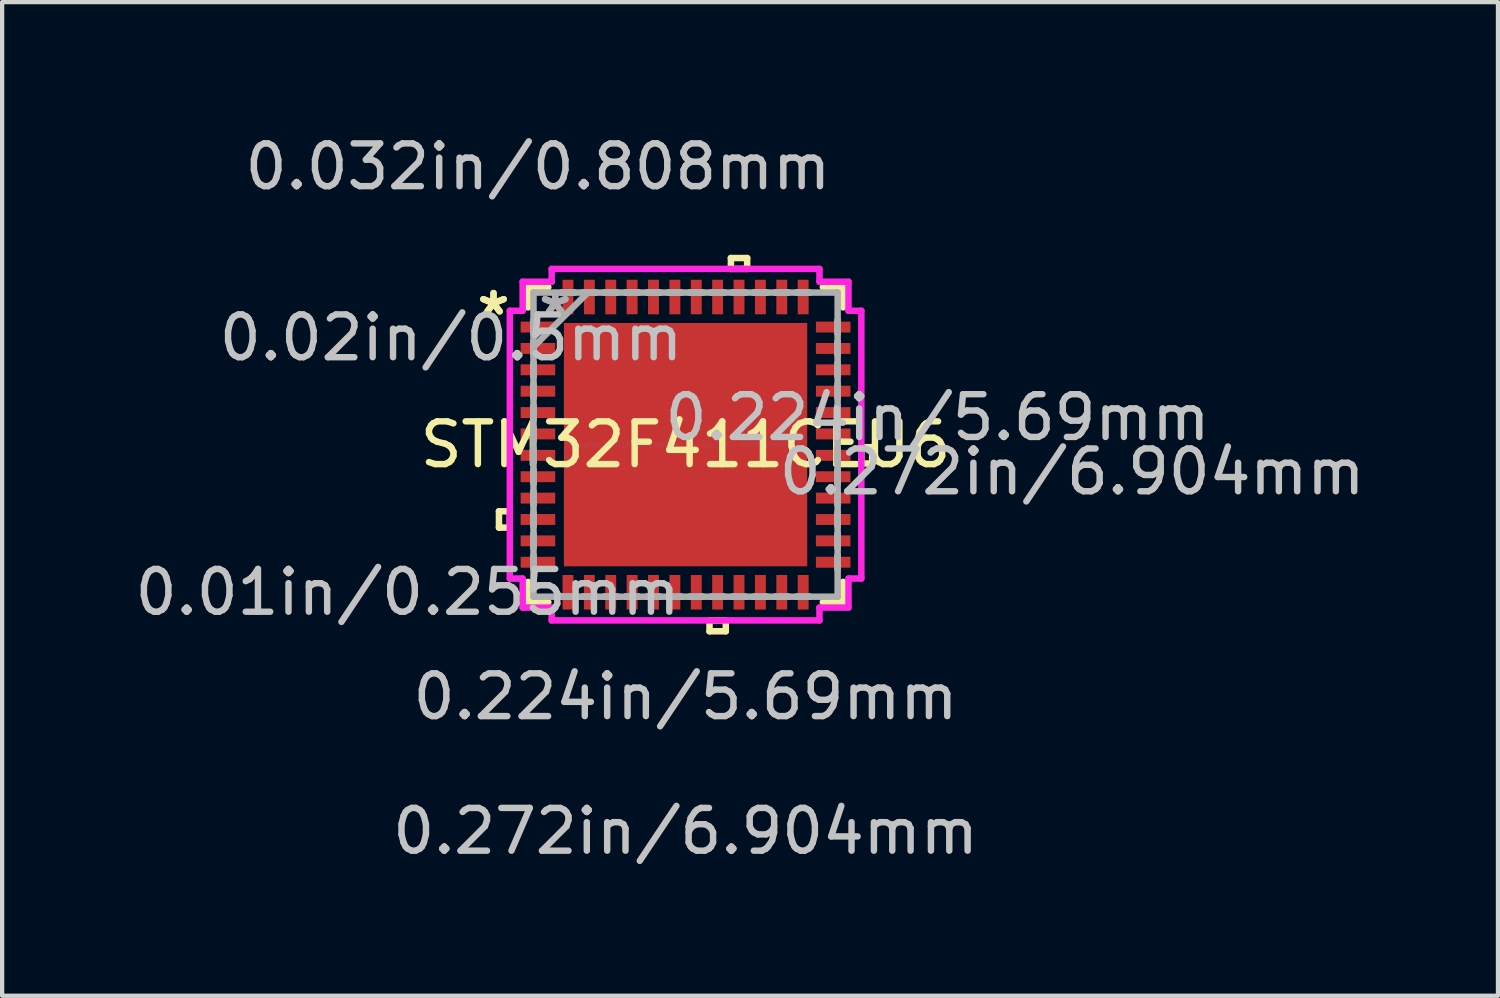
<source format=kicad_pcb>
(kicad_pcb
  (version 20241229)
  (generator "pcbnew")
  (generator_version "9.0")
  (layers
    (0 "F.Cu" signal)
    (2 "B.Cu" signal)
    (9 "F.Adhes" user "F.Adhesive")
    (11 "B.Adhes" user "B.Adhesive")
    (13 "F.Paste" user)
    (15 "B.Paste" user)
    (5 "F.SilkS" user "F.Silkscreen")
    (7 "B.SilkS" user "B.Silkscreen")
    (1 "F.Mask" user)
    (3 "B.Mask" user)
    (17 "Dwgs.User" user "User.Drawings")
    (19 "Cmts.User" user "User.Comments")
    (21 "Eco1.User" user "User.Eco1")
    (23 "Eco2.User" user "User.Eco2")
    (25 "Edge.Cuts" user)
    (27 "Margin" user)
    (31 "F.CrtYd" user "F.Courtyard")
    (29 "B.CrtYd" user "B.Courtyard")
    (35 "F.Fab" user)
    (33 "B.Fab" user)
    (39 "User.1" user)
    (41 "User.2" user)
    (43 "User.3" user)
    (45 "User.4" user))
  (footprint "STM32F411CEU6"
    (layer "F.Cu")
    (at 12.982 7.348)
    (property "Reference" "STM32F411CEU6" (at 0 0 0) (layer "F.SilkS") (effects (font (size 1 1) (thickness 0.15))))
    (attr through_hole)
    (fp_line (start -4.364 1.559) (end -4.364 1.94) (stroke (width 0.152) (type solid)) (layer "F.SilkS"))
    (fp_line (start -4.364 1.94) (end -4.11 1.94) (stroke (width 0.152) (type solid)) (layer "F.SilkS"))
    (fp_line (start -4.11 1.559) (end -4.364 1.559) (stroke (width 0.152) (type solid)) (layer "F.SilkS"))
    (fp_line (start -4.11 1.94) (end -4.11 1.559) (stroke (width 0.152) (type solid)) (layer "F.SilkS"))
    (fp_line (start -3.683 -3.683) (end -3.683 -3.21) (stroke (width 0.152) (type solid)) (layer "F.SilkS"))
    (fp_line (start -3.683 3.21) (end -3.683 3.683) (stroke (width 0.152) (type solid)) (layer "F.SilkS"))
    (fp_line (start -3.683 3.683) (end -3.21 3.683) (stroke (width 0.152) (type solid)) (layer "F.SilkS"))
    (fp_line (start -3.21 -3.683) (end -3.683 -3.683) (stroke (width 0.152) (type solid)) (layer "F.SilkS"))
    (fp_line (start 0.56 4.11) (end 0.56 4.364) (stroke (width 0.152) (type solid)) (layer "F.SilkS"))
    (fp_line (start 0.56 4.364) (end 0.941 4.364) (stroke (width 0.152) (type solid)) (layer "F.SilkS"))
    (fp_line (start 0.941 4.11) (end 0.56 4.11) (stroke (width 0.152) (type solid)) (layer "F.SilkS"))
    (fp_line (start 0.941 4.364) (end 0.941 4.11) (stroke (width 0.152) (type solid)) (layer "F.SilkS"))
    (fp_line (start 1.06 -4.364) (end 1.44 -4.364) (stroke (width 0.152) (type solid)) (layer "F.SilkS"))
    (fp_line (start 1.06 -4.11) (end 1.06 -4.364) (stroke (width 0.152) (type solid)) (layer "F.SilkS"))
    (fp_line (start 1.44 -4.364) (end 1.44 -4.11) (stroke (width 0.152) (type solid)) (layer "F.SilkS"))
    (fp_line (start 1.44 -4.11) (end 1.06 -4.11) (stroke (width 0.152) (type solid)) (layer "F.SilkS"))
    (fp_line (start 3.21 3.683) (end 3.683 3.683) (stroke (width 0.152) (type solid)) (layer "F.SilkS"))
    (fp_line (start 3.683 -3.683) (end 3.21 -3.683) (stroke (width 0.152) (type solid)) (layer "F.SilkS"))
    (fp_line (start 3.683 -3.21) (end 3.683 -3.683) (stroke (width 0.152) (type solid)) (layer "F.SilkS"))
    (fp_line (start 3.683 3.683) (end 3.683 3.21) (stroke (width 0.152) (type solid)) (layer "F.SilkS"))
    (fp_line (start 4.11 0.059) (end 4.364 0.059) (stroke (width 0.152) (type solid)) (layer "F.SilkS"))
    (fp_line (start 4.11 0.441) (end 4.11 0.059) (stroke (width 0.152) (type solid)) (layer "F.SilkS"))
    (fp_line (start 4.364 0.059) (end 4.364 0.441) (stroke (width 0.152) (type solid)) (layer "F.SilkS"))
    (fp_line (start 4.364 0.441) (end 4.11 0.441) (stroke (width 0.152) (type solid)) (layer "F.SilkS"))
    (fp_line (start -2.745 -2.745) (end -2.745 -1.522) (stroke (width 0.152) (type solid)) (layer "F.Paste"))
    (fp_line (start -2.745 -1.522) (end -1.522 -1.522) (stroke (width 0.152) (type solid)) (layer "F.Paste"))
    (fp_line (start -2.745 -1.322) (end -2.745 -0.1) (stroke (width 0.152) (type solid)) (layer "F.Paste"))
    (fp_line (start -2.745 -0.1) (end -1.522 -0.1) (stroke (width 0.152) (type solid)) (layer "F.Paste"))
    (fp_line (start -2.745 0.1) (end -2.745 1.322) (stroke (width 0.152) (type solid)) (layer "F.Paste"))
    (fp_line (start -2.745 1.322) (end -1.522 1.322) (stroke (width 0.152) (type solid)) (layer "F.Paste"))
    (fp_line (start -2.745 1.522) (end -2.745 2.745) (stroke (width 0.152) (type solid)) (layer "F.Paste"))
    (fp_line (start -2.745 2.745) (end -1.522 2.745) (stroke (width 0.152) (type solid)) (layer "F.Paste"))
    (fp_line (start -1.522 -2.745) (end -2.745 -2.745) (stroke (width 0.152) (type solid)) (layer "F.Paste"))
    (fp_line (start -1.522 -1.522) (end -1.522 -2.745) (stroke (width 0.152) (type solid)) (layer "F.Paste"))
    (fp_line (start -1.522 -1.322) (end -2.745 -1.322) (stroke (width 0.152) (type solid)) (layer "F.Paste"))
    (fp_line (start -1.522 -0.1) (end -1.522 -1.322) (stroke (width 0.152) (type solid)) (layer "F.Paste"))
    (fp_line (start -1.522 0.1) (end -2.745 0.1) (stroke (width 0.152) (type solid)) (layer "F.Paste"))
    (fp_line (start -1.522 1.322) (end -1.522 0.1) (stroke (width 0.152) (type solid)) (layer "F.Paste"))
    (fp_line (start -1.522 1.522) (end -2.745 1.522) (stroke (width 0.152) (type solid)) (layer "F.Paste"))
    (fp_line (start -1.522 2.745) (end -1.522 1.522) (stroke (width 0.152) (type solid)) (layer "F.Paste"))
    (fp_line (start -1.322 -2.745) (end -1.322 -1.522) (stroke (width 0.152) (type solid)) (layer "F.Paste"))
    (fp_line (start -1.322 -1.522) (end -0.1 -1.522) (stroke (width 0.152) (type solid)) (layer "F.Paste"))
    (fp_line (start -1.322 -1.322) (end -1.322 -0.1) (stroke (width 0.152) (type solid)) (layer "F.Paste"))
    (fp_line (start -1.322 -0.1) (end -0.1 -0.1) (stroke (width 0.152) (type solid)) (layer "F.Paste"))
    (fp_line (start -1.322 0.1) (end -1.322 1.322) (stroke (width 0.152) (type solid)) (layer "F.Paste"))
    (fp_line (start -1.322 1.322) (end -0.1 1.322) (stroke (width 0.152) (type solid)) (layer "F.Paste"))
    (fp_line (start -1.322 1.522) (end -1.322 2.745) (stroke (width 0.152) (type solid)) (layer "F.Paste"))
    (fp_line (start -1.322 2.745) (end -0.1 2.745) (stroke (width 0.152) (type solid)) (layer "F.Paste"))
    (fp_line (start -0.1 -2.745) (end -1.322 -2.745) (stroke (width 0.152) (type solid)) (layer "F.Paste"))
    (fp_line (start -0.1 -1.522) (end -0.1 -2.745) (stroke (width 0.152) (type solid)) (layer "F.Paste"))
    (fp_line (start -0.1 -1.322) (end -1.322 -1.322) (stroke (width 0.152) (type solid)) (layer "F.Paste"))
    (fp_line (start -0.1 -0.1) (end -0.1 -1.322) (stroke (width 0.152) (type solid)) (layer "F.Paste"))
    (fp_line (start -0.1 0.1) (end -1.322 0.1) (stroke (width 0.152) (type solid)) (layer "F.Paste"))
    (fp_line (start -0.1 1.322) (end -0.1 0.1) (stroke (width 0.152) (type solid)) (layer "F.Paste"))
    (fp_line (start -0.1 1.522) (end -1.322 1.522) (stroke (width 0.152) (type solid)) (layer "F.Paste"))
    (fp_line (start -0.1 2.745) (end -0.1 1.522) (stroke (width 0.152) (type solid)) (layer "F.Paste"))
    (fp_line (start 0.1 -2.745) (end 0.1 -1.522) (stroke (width 0.152) (type solid)) (layer "F.Paste"))
    (fp_line (start 0.1 -1.522) (end 1.322 -1.522) (stroke (width 0.152) (type solid)) (layer "F.Paste"))
    (fp_line (start 0.1 -1.322) (end 0.1 -0.1) (stroke (width 0.152) (type solid)) (layer "F.Paste"))
    (fp_line (start 0.1 -0.1) (end 1.322 -0.1) (stroke (width 0.152) (type solid)) (layer "F.Paste"))
    (fp_line (start 0.1 0.1) (end 0.1 1.322) (stroke (width 0.152) (type solid)) (layer "F.Paste"))
    (fp_line (start 0.1 1.322) (end 1.322 1.322) (stroke (width 0.152) (type solid)) (layer "F.Paste"))
    (fp_line (start 0.1 1.522) (end 0.1 2.745) (stroke (width 0.152) (type solid)) (layer "F.Paste"))
    (fp_line (start 0.1 2.745) (end 1.322 2.745) (stroke (width 0.152) (type solid)) (layer "F.Paste"))
    (fp_line (start 1.322 -2.745) (end 0.1 -2.745) (stroke (width 0.152) (type solid)) (layer "F.Paste"))
    (fp_line (start 1.322 -1.522) (end 1.322 -2.745) (stroke (width 0.152) (type solid)) (layer "F.Paste"))
    (fp_line (start 1.322 -1.322) (end 0.1 -1.322) (stroke (width 0.152) (type solid)) (layer "F.Paste"))
    (fp_line (start 1.322 -0.1) (end 1.322 -1.322) (stroke (width 0.152) (type solid)) (layer "F.Paste"))
    (fp_line (start 1.322 0.1) (end 0.1 0.1) (stroke (width 0.152) (type solid)) (layer "F.Paste"))
    (fp_line (start 1.322 1.322) (end 1.322 0.1) (stroke (width 0.152) (type solid)) (layer "F.Paste"))
    (fp_line (start 1.322 1.522) (end 0.1 1.522) (stroke (width 0.152) (type solid)) (layer "F.Paste"))
    (fp_line (start 1.322 2.745) (end 1.322 1.522) (stroke (width 0.152) (type solid)) (layer "F.Paste"))
    (fp_line (start 1.522 -2.745) (end 1.522 -1.522) (stroke (width 0.152) (type solid)) (layer "F.Paste"))
    (fp_line (start 1.522 -1.522) (end 2.745 -1.522) (stroke (width 0.152) (type solid)) (layer "F.Paste"))
    (fp_line (start 1.522 -1.322) (end 1.522 -0.1) (stroke (width 0.152) (type solid)) (layer "F.Paste"))
    (fp_line (start 1.522 -0.1) (end 2.745 -0.1) (stroke (width 0.152) (type solid)) (layer "F.Paste"))
    (fp_line (start 1.522 0.1) (end 1.522 1.322) (stroke (width 0.152) (type solid)) (layer "F.Paste"))
    (fp_line (start 1.522 1.322) (end 2.745 1.322) (stroke (width 0.152) (type solid)) (layer "F.Paste"))
    (fp_line (start 1.522 1.522) (end 1.522 2.745) (stroke (width 0.152) (type solid)) (layer "F.Paste"))
    (fp_line (start 1.522 2.745) (end 2.745 2.745) (stroke (width 0.152) (type solid)) (layer "F.Paste"))
    (fp_line (start 2.745 -2.745) (end 1.522 -2.745) (stroke (width 0.152) (type solid)) (layer "F.Paste"))
    (fp_line (start 2.745 -1.522) (end 2.745 -2.745) (stroke (width 0.152) (type solid)) (layer "F.Paste"))
    (fp_line (start 2.745 -1.322) (end 1.522 -1.322) (stroke (width 0.152) (type solid)) (layer "F.Paste"))
    (fp_line (start 2.745 -0.1) (end 2.745 -1.322) (stroke (width 0.152) (type solid)) (layer "F.Paste"))
    (fp_line (start 2.745 0.1) (end 1.522 0.1) (stroke (width 0.152) (type solid)) (layer "F.Paste"))
    (fp_line (start 2.745 1.322) (end 2.745 0.1) (stroke (width 0.152) (type solid)) (layer "F.Paste"))
    (fp_line (start 2.745 1.522) (end 1.522 1.522) (stroke (width 0.152) (type solid)) (layer "F.Paste"))
    (fp_line (start 2.745 2.745) (end 2.745 1.522) (stroke (width 0.152) (type solid)) (layer "F.Paste"))
    (fp_line (start -4.11 -3.131) (end -3.81 -3.131) (stroke (width 0.152) (type solid)) (layer "F.CrtYd"))
    (fp_line (start -4.11 3.131) (end -4.11 -3.131) (stroke (width 0.152) (type solid)) (layer "F.CrtYd"))
    (fp_line (start -3.81 -3.81) (end -3.131 -3.81) (stroke (width 0.152) (type solid)) (layer "F.CrtYd"))
    (fp_line (start -3.81 -3.131) (end -3.81 -3.81) (stroke (width 0.152) (type solid)) (layer "F.CrtYd"))
    (fp_line (start -3.81 3.131) (end -4.11 3.131) (stroke (width 0.152) (type solid)) (layer "F.CrtYd"))
    (fp_line (start -3.81 3.81) (end -3.81 3.131) (stroke (width 0.152) (type solid)) (layer "F.CrtYd"))
    (fp_line (start -3.131 -4.11) (end 3.131 -4.11) (stroke (width 0.152) (type solid)) (layer "F.CrtYd"))
    (fp_line (start -3.131 -3.81) (end -3.131 -4.11) (stroke (width 0.152) (type solid)) (layer "F.CrtYd"))
    (fp_line (start -3.131 3.81) (end -3.81 3.81) (stroke (width 0.152) (type solid)) (layer "F.CrtYd"))
    (fp_line (start -3.131 4.11) (end -3.131 3.81) (stroke (width 0.152) (type solid)) (layer "F.CrtYd"))
    (fp_line (start 3.131 -4.11) (end 3.131 -3.81) (stroke (width 0.152) (type solid)) (layer "F.CrtYd"))
    (fp_line (start 3.131 -3.81) (end 3.81 -3.81) (stroke (width 0.152) (type solid)) (layer "F.CrtYd"))
    (fp_line (start 3.131 3.81) (end 3.131 4.11) (stroke (width 0.152) (type solid)) (layer "F.CrtYd"))
    (fp_line (start 3.131 4.11) (end -3.131 4.11) (stroke (width 0.152) (type solid)) (layer "F.CrtYd"))
    (fp_line (start 3.81 -3.81) (end 3.81 -3.131) (stroke (width 0.152) (type solid)) (layer "F.CrtYd"))
    (fp_line (start 3.81 -3.131) (end 4.11 -3.131) (stroke (width 0.152) (type solid)) (layer "F.CrtYd"))
    (fp_line (start 3.81 3.131) (end 3.81 3.81) (stroke (width 0.152) (type solid)) (layer "F.CrtYd"))
    (fp_line (start 3.81 3.81) (end 3.131 3.81) (stroke (width 0.152) (type solid)) (layer "F.CrtYd"))
    (fp_line (start 4.11 -3.131) (end 4.11 3.131) (stroke (width 0.152) (type solid)) (layer "F.CrtYd"))
    (fp_line (start 4.11 3.131) (end 3.81 3.131) (stroke (width 0.152) (type solid)) (layer "F.CrtYd"))
    (fp_line (start -3.556 -3.556) (end -3.556 -3.556) (stroke (width 0.152) (type solid)) (layer "F.Fab"))
    (fp_line (start -3.556 -3.556) (end -3.556 3.556) (stroke (width 0.152) (type solid)) (layer "F.Fab"))
    (fp_line (start -3.556 -2.902) (end -3.556 -2.902) (stroke (width 0.152) (type solid)) (layer "F.Fab"))
    (fp_line (start -3.556 -2.902) (end -3.556 -2.598) (stroke (width 0.152) (type solid)) (layer "F.Fab"))
    (fp_line (start -3.556 -2.598) (end -3.556 -2.902) (stroke (width 0.152) (type solid)) (layer "F.Fab"))
    (fp_line (start -3.556 -2.598) (end -3.556 -2.598) (stroke (width 0.152) (type solid)) (layer "F.Fab"))
    (fp_line (start -3.556 -2.402) (end -3.556 -2.402) (stroke (width 0.152) (type solid)) (layer "F.Fab"))
    (fp_line (start -3.556 -2.402) (end -3.556 -2.098) (stroke (width 0.152) (type solid)) (layer "F.Fab"))
    (fp_line (start -3.556 -2.286) (end -2.286 -3.556) (stroke (width 0.152) (type solid)) (layer "F.Fab"))
    (fp_line (start -3.556 -2.098) (end -3.556 -2.402) (stroke (width 0.152) (type solid)) (layer "F.Fab"))
    (fp_line (start -3.556 -2.098) (end -3.556 -2.098) (stroke (width 0.152) (type solid)) (layer "F.Fab"))
    (fp_line (start -3.556 -1.902) (end -3.556 -1.902) (stroke (width 0.152) (type solid)) (layer "F.Fab"))
    (fp_line (start -3.556 -1.902) (end -3.556 -1.598) (stroke (width 0.152) (type solid)) (layer "F.Fab"))
    (fp_line (start -3.556 -1.598) (end -3.556 -1.902) (stroke (width 0.152) (type solid)) (layer "F.Fab"))
    (fp_line (start -3.556 -1.598) (end -3.556 -1.598) (stroke (width 0.152) (type solid)) (layer "F.Fab"))
    (fp_line (start -3.556 -1.402) (end -3.556 -1.402) (stroke (width 0.152) (type solid)) (layer "F.Fab"))
    (fp_line (start -3.556 -1.402) (end -3.556 -1.098) (stroke (width 0.152) (type solid)) (layer "F.Fab"))
    (fp_line (start -3.556 -1.098) (end -3.556 -1.402) (stroke (width 0.152) (type solid)) (layer "F.Fab"))
    (fp_line (start -3.556 -1.098) (end -3.556 -1.098) (stroke (width 0.152) (type solid)) (layer "F.Fab"))
    (fp_line (start -3.556 -0.902) (end -3.556 -0.902) (stroke (width 0.152) (type solid)) (layer "F.Fab"))
    (fp_line (start -3.556 -0.902) (end -3.556 -0.598) (stroke (width 0.152) (type solid)) (layer "F.Fab"))
    (fp_line (start -3.556 -0.598) (end -3.556 -0.902) (stroke (width 0.152) (type solid)) (layer "F.Fab"))
    (fp_line (start -3.556 -0.598) (end -3.556 -0.598) (stroke (width 0.152) (type solid)) (layer "F.Fab"))
    (fp_line (start -3.556 -0.402) (end -3.556 -0.402) (stroke (width 0.152) (type solid)) (layer "F.Fab"))
    (fp_line (start -3.556 -0.402) (end -3.556 -0.098) (stroke (width 0.152) (type solid)) (layer "F.Fab"))
    (fp_line (start -3.556 -0.098) (end -3.556 -0.402) (stroke (width 0.152) (type solid)) (layer "F.Fab"))
    (fp_line (start -3.556 -0.098) (end -3.556 -0.098) (stroke (width 0.152) (type solid)) (layer "F.Fab"))
    (fp_line (start -3.556 0.098) (end -3.556 0.098) (stroke (width 0.152) (type solid)) (layer "F.Fab"))
    (fp_line (start -3.556 0.098) (end -3.556 0.402) (stroke (width 0.152) (type solid)) (layer "F.Fab"))
    (fp_line (start -3.556 0.402) (end -3.556 0.098) (stroke (width 0.152) (type solid)) (layer "F.Fab"))
    (fp_line (start -3.556 0.402) (end -3.556 0.402) (stroke (width 0.152) (type solid)) (layer "F.Fab"))
    (fp_line (start -3.556 0.598) (end -3.556 0.598) (stroke (width 0.152) (type solid)) (layer "F.Fab"))
    (fp_line (start -3.556 0.598) (end -3.556 0.902) (stroke (width 0.152) (type solid)) (layer "F.Fab"))
    (fp_line (start -3.556 0.902) (end -3.556 0.598) (stroke (width 0.152) (type solid)) (layer "F.Fab"))
    (fp_line (start -3.556 0.902) (end -3.556 0.902) (stroke (width 0.152) (type solid)) (layer "F.Fab"))
    (fp_line (start -3.556 1.098) (end -3.556 1.098) (stroke (width 0.152) (type solid)) (layer "F.Fab"))
    (fp_line (start -3.556 1.098) (end -3.556 1.402) (stroke (width 0.152) (type solid)) (layer "F.Fab"))
    (fp_line (start -3.556 1.402) (end -3.556 1.098) (stroke (width 0.152) (type solid)) (layer "F.Fab"))
    (fp_line (start -3.556 1.402) (end -3.556 1.402) (stroke (width 0.152) (type solid)) (layer "F.Fab"))
    (fp_line (start -3.556 1.598) (end -3.556 1.598) (stroke (width 0.152) (type solid)) (layer "F.Fab"))
    (fp_line (start -3.556 1.598) (end -3.556 1.902) (stroke (width 0.152) (type solid)) (layer "F.Fab"))
    (fp_line (start -3.556 1.902) (end -3.556 1.598) (stroke (width 0.152) (type solid)) (layer "F.Fab"))
    (fp_line (start -3.556 1.902) (end -3.556 1.902) (stroke (width 0.152) (type solid)) (layer "F.Fab"))
    (fp_line (start -3.556 2.098) (end -3.556 2.098) (stroke (width 0.152) (type solid)) (layer "F.Fab"))
    (fp_line (start -3.556 2.098) (end -3.556 2.402) (stroke (width 0.152) (type solid)) (layer "F.Fab"))
    (fp_line (start -3.556 2.402) (end -3.556 2.098) (stroke (width 0.152) (type solid)) (layer "F.Fab"))
    (fp_line (start -3.556 2.402) (end -3.556 2.402) (stroke (width 0.152) (type solid)) (layer "F.Fab"))
    (fp_line (start -3.556 2.598) (end -3.556 2.598) (stroke (width 0.152) (type solid)) (layer "F.Fab"))
    (fp_line (start -3.556 2.598) (end -3.556 2.902) (stroke (width 0.152) (type solid)) (layer "F.Fab"))
    (fp_line (start -3.556 2.902) (end -3.556 2.598) (stroke (width 0.152) (type solid)) (layer "F.Fab"))
    (fp_line (start -3.556 2.902) (end -3.556 2.902) (stroke (width 0.152) (type solid)) (layer "F.Fab"))
    (fp_line (start -3.556 3.556) (end -3.556 3.556) (stroke (width 0.152) (type solid)) (layer "F.Fab"))
    (fp_line (start -3.556 3.556) (end 3.556 3.556) (stroke (width 0.152) (type solid)) (layer "F.Fab"))
    (fp_line (start -2.902 -3.556) (end -2.902 -3.556) (stroke (width 0.152) (type solid)) (layer "F.Fab"))
    (fp_line (start -2.902 -3.556) (end -2.598 -3.556) (stroke (width 0.152) (type solid)) (layer "F.Fab"))
    (fp_line (start -2.902 3.556) (end -2.902 3.556) (stroke (width 0.152) (type solid)) (layer "F.Fab"))
    (fp_line (start -2.902 3.556) (end -2.598 3.556) (stroke (width 0.152) (type solid)) (layer "F.Fab"))
    (fp_line (start -2.598 -3.556) (end -2.902 -3.556) (stroke (width 0.152) (type solid)) (layer "F.Fab"))
    (fp_line (start -2.598 -3.556) (end -2.598 -3.556) (stroke (width 0.152) (type solid)) (layer "F.Fab"))
    (fp_line (start -2.598 3.556) (end -2.902 3.556) (stroke (width 0.152) (type solid)) (layer "F.Fab"))
    (fp_line (start -2.598 3.556) (end -2.598 3.556) (stroke (width 0.152) (type solid)) (layer "F.Fab"))
    (fp_line (start -2.402 -3.556) (end -2.402 -3.556) (stroke (width 0.152) (type solid)) (layer "F.Fab"))
    (fp_line (start -2.402 -3.556) (end -2.098 -3.556) (stroke (width 0.152) (type solid)) (layer "F.Fab"))
    (fp_line (start -2.402 3.556) (end -2.402 3.556) (stroke (width 0.152) (type solid)) (layer "F.Fab"))
    (fp_line (start -2.402 3.556) (end -2.098 3.556) (stroke (width 0.152) (type solid)) (layer "F.Fab"))
    (fp_line (start -2.098 -3.556) (end -2.402 -3.556) (stroke (width 0.152) (type solid)) (layer "F.Fab"))
    (fp_line (start -2.098 -3.556) (end -2.098 -3.556) (stroke (width 0.152) (type solid)) (layer "F.Fab"))
    (fp_line (start -2.098 3.556) (end -2.402 3.556) (stroke (width 0.152) (type solid)) (layer "F.Fab"))
    (fp_line (start -2.098 3.556) (end -2.098 3.556) (stroke (width 0.152) (type solid)) (layer "F.Fab"))
    (fp_line (start -1.902 -3.556) (end -1.902 -3.556) (stroke (width 0.152) (type solid)) (layer "F.Fab"))
    (fp_line (start -1.902 -3.556) (end -1.598 -3.556) (stroke (width 0.152) (type solid)) (layer "F.Fab"))
    (fp_line (start -1.902 3.556) (end -1.902 3.556) (stroke (width 0.152) (type solid)) (layer "F.Fab"))
    (fp_line (start -1.902 3.556) (end -1.598 3.556) (stroke (width 0.152) (type solid)) (layer "F.Fab"))
    (fp_line (start -1.598 -3.556) (end -1.902 -3.556) (stroke (width 0.152) (type solid)) (layer "F.Fab"))
    (fp_line (start -1.598 -3.556) (end -1.598 -3.556) (stroke (width 0.152) (type solid)) (layer "F.Fab"))
    (fp_line (start -1.598 3.556) (end -1.902 3.556) (stroke (width 0.152) (type solid)) (layer "F.Fab"))
    (fp_line (start -1.598 3.556) (end -1.598 3.556) (stroke (width 0.152) (type solid)) (layer "F.Fab"))
    (fp_line (start -1.402 -3.556) (end -1.402 -3.556) (stroke (width 0.152) (type solid)) (layer "F.Fab"))
    (fp_line (start -1.402 -3.556) (end -1.098 -3.556) (stroke (width 0.152) (type solid)) (layer "F.Fab"))
    (fp_line (start -1.402 3.556) (end -1.402 3.556) (stroke (width 0.152) (type solid)) (layer "F.Fab"))
    (fp_line (start -1.402 3.556) (end -1.098 3.556) (stroke (width 0.152) (type solid)) (layer "F.Fab"))
    (fp_line (start -1.098 -3.556) (end -1.402 -3.556) (stroke (width 0.152) (type solid)) (layer "F.Fab"))
    (fp_line (start -1.098 -3.556) (end -1.098 -3.556) (stroke (width 0.152) (type solid)) (layer "F.Fab"))
    (fp_line (start -1.098 3.556) (end -1.402 3.556) (stroke (width 0.152) (type solid)) (layer "F.Fab"))
    (fp_line (start -1.098 3.556) (end -1.098 3.556) (stroke (width 0.152) (type solid)) (layer "F.Fab"))
    (fp_line (start -0.902 -3.556) (end -0.902 -3.556) (stroke (width 0.152) (type solid)) (layer "F.Fab"))
    (fp_line (start -0.902 -3.556) (end -0.598 -3.556) (stroke (width 0.152) (type solid)) (layer "F.Fab"))
    (fp_line (start -0.902 3.556) (end -0.902 3.556) (stroke (width 0.152) (type solid)) (layer "F.Fab"))
    (fp_line (start -0.902 3.556) (end -0.598 3.556) (stroke (width 0.152) (type solid)) (layer "F.Fab"))
    (fp_line (start -0.598 -3.556) (end -0.902 -3.556) (stroke (width 0.152) (type solid)) (layer "F.Fab"))
    (fp_line (start -0.598 -3.556) (end -0.598 -3.556) (stroke (width 0.152) (type solid)) (layer "F.Fab"))
    (fp_line (start -0.598 3.556) (end -0.902 3.556) (stroke (width 0.152) (type solid)) (layer "F.Fab"))
    (fp_line (start -0.598 3.556) (end -0.598 3.556) (stroke (width 0.152) (type solid)) (layer "F.Fab"))
    (fp_line (start -0.402 -3.556) (end -0.402 -3.556) (stroke (width 0.152) (type solid)) (layer "F.Fab"))
    (fp_line (start -0.402 -3.556) (end -0.098 -3.556) (stroke (width 0.152) (type solid)) (layer "F.Fab"))
    (fp_line (start -0.402 3.556) (end -0.402 3.556) (stroke (width 0.152) (type solid)) (layer "F.Fab"))
    (fp_line (start -0.402 3.556) (end -0.098 3.556) (stroke (width 0.152) (type solid)) (layer "F.Fab"))
    (fp_line (start -0.098 -3.556) (end -0.402 -3.556) (stroke (width 0.152) (type solid)) (layer "F.Fab"))
    (fp_line (start -0.098 -3.556) (end -0.098 -3.556) (stroke (width 0.152) (type solid)) (layer "F.Fab"))
    (fp_line (start -0.098 3.556) (end -0.402 3.556) (stroke (width 0.152) (type solid)) (layer "F.Fab"))
    (fp_line (start -0.098 3.556) (end -0.098 3.556) (stroke (width 0.152) (type solid)) (layer "F.Fab"))
    (fp_line (start 0.098 -3.556) (end 0.098 -3.556) (stroke (width 0.152) (type solid)) (layer "F.Fab"))
    (fp_line (start 0.098 -3.556) (end 0.402 -3.556) (stroke (width 0.152) (type solid)) (layer "F.Fab"))
    (fp_line (start 0.098 3.556) (end 0.098 3.556) (stroke (width 0.152) (type solid)) (layer "F.Fab"))
    (fp_line (start 0.098 3.556) (end 0.402 3.556) (stroke (width 0.152) (type solid)) (layer "F.Fab"))
    (fp_line (start 0.402 -3.556) (end 0.098 -3.556) (stroke (width 0.152) (type solid)) (layer "F.Fab"))
    (fp_line (start 0.402 -3.556) (end 0.402 -3.556) (stroke (width 0.152) (type solid)) (layer "F.Fab"))
    (fp_line (start 0.402 3.556) (end 0.098 3.556) (stroke (width 0.152) (type solid)) (layer "F.Fab"))
    (fp_line (start 0.402 3.556) (end 0.402 3.556) (stroke (width 0.152) (type solid)) (layer "F.Fab"))
    (fp_line (start 0.598 -3.556) (end 0.598 -3.556) (stroke (width 0.152) (type solid)) (layer "F.Fab"))
    (fp_line (start 0.598 -3.556) (end 0.902 -3.556) (stroke (width 0.152) (type solid)) (layer "F.Fab"))
    (fp_line (start 0.598 3.556) (end 0.598 3.556) (stroke (width 0.152) (type solid)) (layer "F.Fab"))
    (fp_line (start 0.598 3.556) (end 0.902 3.556) (stroke (width 0.152) (type solid)) (layer "F.Fab"))
    (fp_line (start 0.902 -3.556) (end 0.598 -3.556) (stroke (width 0.152) (type solid)) (layer "F.Fab"))
    (fp_line (start 0.902 -3.556) (end 0.902 -3.556) (stroke (width 0.152) (type solid)) (layer "F.Fab"))
    (fp_line (start 0.902 3.556) (end 0.598 3.556) (stroke (width 0.152) (type solid)) (layer "F.Fab"))
    (fp_line (start 0.902 3.556) (end 0.902 3.556) (stroke (width 0.152) (type solid)) (layer "F.Fab"))
    (fp_line (start 1.098 -3.556) (end 1.098 -3.556) (stroke (width 0.152) (type solid)) (layer "F.Fab"))
    (fp_line (start 1.098 -3.556) (end 1.402 -3.556) (stroke (width 0.152) (type solid)) (layer "F.Fab"))
    (fp_line (start 1.098 3.556) (end 1.098 3.556) (stroke (width 0.152) (type solid)) (layer "F.Fab"))
    (fp_line (start 1.098 3.556) (end 1.402 3.556) (stroke (width 0.152) (type solid)) (layer "F.Fab"))
    (fp_line (start 1.402 -3.556) (end 1.098 -3.556) (stroke (width 0.152) (type solid)) (layer "F.Fab"))
    (fp_line (start 1.402 -3.556) (end 1.402 -3.556) (stroke (width 0.152) (type solid)) (layer "F.Fab"))
    (fp_line (start 1.402 3.556) (end 1.098 3.556) (stroke (width 0.152) (type solid)) (layer "F.Fab"))
    (fp_line (start 1.402 3.556) (end 1.402 3.556) (stroke (width 0.152) (type solid)) (layer "F.Fab"))
    (fp_line (start 1.598 -3.556) (end 1.598 -3.556) (stroke (width 0.152) (type solid)) (layer "F.Fab"))
    (fp_line (start 1.598 -3.556) (end 1.902 -3.556) (stroke (width 0.152) (type solid)) (layer "F.Fab"))
    (fp_line (start 1.598 3.556) (end 1.598 3.556) (stroke (width 0.152) (type solid)) (layer "F.Fab"))
    (fp_line (start 1.598 3.556) (end 1.902 3.556) (stroke (width 0.152) (type solid)) (layer "F.Fab"))
    (fp_line (start 1.902 -3.556) (end 1.598 -3.556) (stroke (width 0.152) (type solid)) (layer "F.Fab"))
    (fp_line (start 1.902 -3.556) (end 1.902 -3.556) (stroke (width 0.152) (type solid)) (layer "F.Fab"))
    (fp_line (start 1.902 3.556) (end 1.598 3.556) (stroke (width 0.152) (type solid)) (layer "F.Fab"))
    (fp_line (start 1.902 3.556) (end 1.902 3.556) (stroke (width 0.152) (type solid)) (layer "F.Fab"))
    (fp_line (start 2.098 -3.556) (end 2.098 -3.556) (stroke (width 0.152) (type solid)) (layer "F.Fab"))
    (fp_line (start 2.098 -3.556) (end 2.402 -3.556) (stroke (width 0.152) (type solid)) (layer "F.Fab"))
    (fp_line (start 2.098 3.556) (end 2.098 3.556) (stroke (width 0.152) (type solid)) (layer "F.Fab"))
    (fp_line (start 2.098 3.556) (end 2.402 3.556) (stroke (width 0.152) (type solid)) (layer "F.Fab"))
    (fp_line (start 2.402 -3.556) (end 2.098 -3.556) (stroke (width 0.152) (type solid)) (layer "F.Fab"))
    (fp_line (start 2.402 -3.556) (end 2.402 -3.556) (stroke (width 0.152) (type solid)) (layer "F.Fab"))
    (fp_line (start 2.402 3.556) (end 2.098 3.556) (stroke (width 0.152) (type solid)) (layer "F.Fab"))
    (fp_line (start 2.402 3.556) (end 2.402 3.556) (stroke (width 0.152) (type solid)) (layer "F.Fab"))
    (fp_line (start 2.598 -3.556) (end 2.598 -3.556) (stroke (width 0.152) (type solid)) (layer "F.Fab"))
    (fp_line (start 2.598 -3.556) (end 2.902 -3.556) (stroke (width 0.152) (type solid)) (layer "F.Fab"))
    (fp_line (start 2.598 3.556) (end 2.598 3.556) (stroke (width 0.152) (type solid)) (layer "F.Fab"))
    (fp_line (start 2.598 3.556) (end 2.902 3.556) (stroke (width 0.152) (type solid)) (layer "F.Fab"))
    (fp_line (start 2.902 -3.556) (end 2.598 -3.556) (stroke (width 0.152) (type solid)) (layer "F.Fab"))
    (fp_line (start 2.902 -3.556) (end 2.902 -3.556) (stroke (width 0.152) (type solid)) (layer "F.Fab"))
    (fp_line (start 2.902 3.556) (end 2.598 3.556) (stroke (width 0.152) (type solid)) (layer "F.Fab"))
    (fp_line (start 2.902 3.556) (end 2.902 3.556) (stroke (width 0.152) (type solid)) (layer "F.Fab"))
    (fp_line (start 3.556 -3.556) (end -3.556 -3.556) (stroke (width 0.152) (type solid)) (layer "F.Fab"))
    (fp_line (start 3.556 -3.556) (end 3.556 -3.556) (stroke (width 0.152) (type solid)) (layer "F.Fab"))
    (fp_line (start 3.556 -2.902) (end 3.556 -2.902) (stroke (width 0.152) (type solid)) (layer "F.Fab"))
    (fp_line (start 3.556 -2.902) (end 3.556 -2.598) (stroke (width 0.152) (type solid)) (layer "F.Fab"))
    (fp_line (start 3.556 -2.598) (end 3.556 -2.902) (stroke (width 0.152) (type solid)) (layer "F.Fab"))
    (fp_line (start 3.556 -2.598) (end 3.556 -2.598) (stroke (width 0.152) (type solid)) (layer "F.Fab"))
    (fp_line (start 3.556 -2.402) (end 3.556 -2.402) (stroke (width 0.152) (type solid)) (layer "F.Fab"))
    (fp_line (start 3.556 -2.402) (end 3.556 -2.098) (stroke (width 0.152) (type solid)) (layer "F.Fab"))
    (fp_line (start 3.556 -2.098) (end 3.556 -2.402) (stroke (width 0.152) (type solid)) (layer "F.Fab"))
    (fp_line (start 3.556 -2.098) (end 3.556 -2.098) (stroke (width 0.152) (type solid)) (layer "F.Fab"))
    (fp_line (start 3.556 -1.902) (end 3.556 -1.902) (stroke (width 0.152) (type solid)) (layer "F.Fab"))
    (fp_line (start 3.556 -1.902) (end 3.556 -1.598) (stroke (width 0.152) (type solid)) (layer "F.Fab"))
    (fp_line (start 3.556 -1.598) (end 3.556 -1.902) (stroke (width 0.152) (type solid)) (layer "F.Fab"))
    (fp_line (start 3.556 -1.598) (end 3.556 -1.598) (stroke (width 0.152) (type solid)) (layer "F.Fab"))
    (fp_line (start 3.556 -1.402) (end 3.556 -1.402) (stroke (width 0.152) (type solid)) (layer "F.Fab"))
    (fp_line (start 3.556 -1.402) (end 3.556 -1.098) (stroke (width 0.152) (type solid)) (layer "F.Fab"))
    (fp_line (start 3.556 -1.098) (end 3.556 -1.402) (stroke (width 0.152) (type solid)) (layer "F.Fab"))
    (fp_line (start 3.556 -1.098) (end 3.556 -1.098) (stroke (width 0.152) (type solid)) (layer "F.Fab"))
    (fp_line (start 3.556 -0.902) (end 3.556 -0.902) (stroke (width 0.152) (type solid)) (layer "F.Fab"))
    (fp_line (start 3.556 -0.902) (end 3.556 -0.598) (stroke (width 0.152) (type solid)) (layer "F.Fab"))
    (fp_line (start 3.556 -0.598) (end 3.556 -0.902) (stroke (width 0.152) (type solid)) (layer "F.Fab"))
    (fp_line (start 3.556 -0.598) (end 3.556 -0.598) (stroke (width 0.152) (type solid)) (layer "F.Fab"))
    (fp_line (start 3.556 -0.402) (end 3.556 -0.402) (stroke (width 0.152) (type solid)) (layer "F.Fab"))
    (fp_line (start 3.556 -0.402) (end 3.556 -0.098) (stroke (width 0.152) (type solid)) (layer "F.Fab"))
    (fp_line (start 3.556 -0.098) (end 3.556 -0.402) (stroke (width 0.152) (type solid)) (layer "F.Fab"))
    (fp_line (start 3.556 -0.098) (end 3.556 -0.098) (stroke (width 0.152) (type solid)) (layer "F.Fab"))
    (fp_line (start 3.556 0.098) (end 3.556 0.098) (stroke (width 0.152) (type solid)) (layer "F.Fab"))
    (fp_line (start 3.556 0.098) (end 3.556 0.402) (stroke (width 0.152) (type solid)) (layer "F.Fab"))
    (fp_line (start 3.556 0.402) (end 3.556 0.098) (stroke (width 0.152) (type solid)) (layer "F.Fab"))
    (fp_line (start 3.556 0.402) (end 3.556 0.402) (stroke (width 0.152) (type solid)) (layer "F.Fab"))
    (fp_line (start 3.556 0.598) (end 3.556 0.598) (stroke (width 0.152) (type solid)) (layer "F.Fab"))
    (fp_line (start 3.556 0.598) (end 3.556 0.902) (stroke (width 0.152) (type solid)) (layer "F.Fab"))
    (fp_line (start 3.556 0.902) (end 3.556 0.598) (stroke (width 0.152) (type solid)) (layer "F.Fab"))
    (fp_line (start 3.556 0.902) (end 3.556 0.902) (stroke (width 0.152) (type solid)) (layer "F.Fab"))
    (fp_line (start 3.556 1.098) (end 3.556 1.098) (stroke (width 0.152) (type solid)) (layer "F.Fab"))
    (fp_line (start 3.556 1.098) (end 3.556 1.402) (stroke (width 0.152) (type solid)) (layer "F.Fab"))
    (fp_line (start 3.556 1.402) (end 3.556 1.098) (stroke (width 0.152) (type solid)) (layer "F.Fab"))
    (fp_line (start 3.556 1.402) (end 3.556 1.402) (stroke (width 0.152) (type solid)) (layer "F.Fab"))
    (fp_line (start 3.556 1.598) (end 3.556 1.598) (stroke (width 0.152) (type solid)) (layer "F.Fab"))
    (fp_line (start 3.556 1.598) (end 3.556 1.902) (stroke (width 0.152) (type solid)) (layer "F.Fab"))
    (fp_line (start 3.556 1.902) (end 3.556 1.598) (stroke (width 0.152) (type solid)) (layer "F.Fab"))
    (fp_line (start 3.556 1.902) (end 3.556 1.902) (stroke (width 0.152) (type solid)) (layer "F.Fab"))
    (fp_line (start 3.556 2.098) (end 3.556 2.098) (stroke (width 0.152) (type solid)) (layer "F.Fab"))
    (fp_line (start 3.556 2.098) (end 3.556 2.402) (stroke (width 0.152) (type solid)) (layer "F.Fab"))
    (fp_line (start 3.556 2.402) (end 3.556 2.098) (stroke (width 0.152) (type solid)) (layer "F.Fab"))
    (fp_line (start 3.556 2.402) (end 3.556 2.402) (stroke (width 0.152) (type solid)) (layer "F.Fab"))
    (fp_line (start 3.556 2.598) (end 3.556 2.598) (stroke (width 0.152) (type solid)) (layer "F.Fab"))
    (fp_line (start 3.556 2.598) (end 3.556 2.902) (stroke (width 0.152) (type solid)) (layer "F.Fab"))
    (fp_line (start 3.556 2.902) (end 3.556 2.598) (stroke (width 0.152) (type solid)) (layer "F.Fab"))
    (fp_line (start 3.556 2.902) (end 3.556 2.902) (stroke (width 0.152) (type solid)) (layer "F.Fab"))
    (fp_line (start 3.556 3.556) (end 3.556 -3.556) (stroke (width 0.152) (type solid)) (layer "F.Fab"))
    (fp_line (start 3.556 3.556) (end 3.556 3.556) (stroke (width 0.152) (type solid)) (layer "F.Fab"))
    (fp_text user "*" (at -4.491 -3 0) (layer "F.SilkS") (effects (font (size 1 1) (thickness 0.15))))
    (fp_text user "*" (at -4.491 -3 0) (layer "F.SilkS") (effects (font (size 1 1) (thickness 0.15))))
    (fp_text user "0.224in/5.69mm" (at 5.893 -0.635 0) (layer "Dwgs.User") (effects (font (size 1 1) (thickness 0.15))))
    (fp_text user "0.02in/0.5mm" (at -5.484 -2.5 0) (layer "Dwgs.User") (effects (font (size 1 1) (thickness 0.15))))
    (fp_text user "0.032in/0.808mm" (at -3.452 -6.5 0) (layer "Dwgs.User") (effects (font (size 1 1) (thickness 0.15))))
    (fp_text user "0.01in/0.255mm" (at -6.5 3.452 0) (layer "Dwgs.User") (effects (font (size 1 1) (thickness 0.15))))
    (fp_text user "0.224in/5.69mm" (at 0 5.893 0) (layer "Dwgs.User") (effects (font (size 1 1) (thickness 0.15))))
    (fp_text user "0.272in/6.904mm" (at 0 9.04 0) (layer "Dwgs.User") (effects (font (size 1 1) (thickness 0.15))))
    (fp_text user "0.272in/6.904mm" (at 9.04 0.635 0) (layer "Dwgs.User") (effects (font (size 1 1) (thickness 0.15))))
    (fp_text user "Copyright 2016 Accelerated Designs. All rights reserved." (at 0 0 0) (layer "Cmts.User") (effects (font (size 0.127 0.127) (thickness 0.002))))
    (fp_text user "*" (at -3.048 -3 0) (layer "F.Fab") (effects (font (size 1 1) (thickness 0.15))))
    (fp_text user "*" (at -3.048 -3 0) (layer "F.Fab") (effects (font (size 1 1) (thickness 0.15))))
    (pad "1" smd rect (at -3.452 -2.75 90) (size 0.255 0.808) (layers "F.Cu" "F.Mask" "F.Paste"))
    (pad "2" smd rect (at -3.452 -2.25 90) (size 0.255 0.808) (layers "F.Cu" "F.Mask" "F.Paste"))
    (pad "3" smd rect (at -3.452 -1.75 90) (size 0.255 0.808) (layers "F.Cu" "F.Mask" "F.Paste"))
    (pad "4" smd rect (at -3.452 -1.25 90) (size 0.255 0.808) (layers "F.Cu" "F.Mask" "F.Paste"))
    (pad "5" smd rect (at -3.452 -0.75 90) (size 0.255 0.808) (layers "F.Cu" "F.Mask" "F.Paste"))
    (pad "6" smd rect (at -3.452 -0.25 90) (size 0.255 0.808) (layers "F.Cu" "F.Mask" "F.Paste"))
    (pad "7" smd rect (at -3.452 0.25 90) (size 0.255 0.808) (layers "F.Cu" "F.Mask" "F.Paste"))
    (pad "8" smd rect (at -3.452 0.75 90) (size 0.255 0.808) (layers "F.Cu" "F.Mask" "F.Paste"))
    (pad "9" smd rect (at -3.452 1.25 90) (size 0.255 0.808) (layers "F.Cu" "F.Mask" "F.Paste"))
    (pad "10" smd rect (at -3.452 1.75 90) (size 0.255 0.808) (layers "F.Cu" "F.Mask" "F.Paste"))
    (pad "11" smd rect (at -3.452 2.25 90) (size 0.255 0.808) (layers "F.Cu" "F.Mask" "F.Paste"))
    (pad "12" smd rect (at -3.452 2.75 90) (size 0.255 0.808) (layers "F.Cu" "F.Mask" "F.Paste"))
    (pad "13" smd rect (at -2.75 3.452) (size 0.255 0.808) (layers "F.Cu" "F.Mask" "F.Paste"))
    (pad "14" smd rect (at -2.25 3.452) (size 0.255 0.808) (layers "F.Cu" "F.Mask" "F.Paste"))
    (pad "15" smd rect (at -1.75 3.452) (size 0.255 0.808) (layers "F.Cu" "F.Mask" "F.Paste"))
    (pad "16" smd rect (at -1.25 3.452) (size 0.255 0.808) (layers "F.Cu" "F.Mask" "F.Paste"))
    (pad "17" smd rect (at -0.75 3.452) (size 0.255 0.808) (layers "F.Cu" "F.Mask" "F.Paste"))
    (pad "18" smd rect (at -0.25 3.452) (size 0.255 0.808) (layers "F.Cu" "F.Mask" "F.Paste"))
    (pad "19" smd rect (at 0.25 3.452) (size 0.255 0.808) (layers "F.Cu" "F.Mask" "F.Paste"))
    (pad "20" smd rect (at 0.75 3.452) (size 0.255 0.808) (layers "F.Cu" "F.Mask" "F.Paste"))
    (pad "21" smd rect (at 1.25 3.452) (size 0.255 0.808) (layers "F.Cu" "F.Mask" "F.Paste"))
    (pad "22" smd rect (at 1.75 3.452) (size 0.255 0.808) (layers "F.Cu" "F.Mask" "F.Paste"))
    (pad "23" smd rect (at 2.25 3.452) (size 0.255 0.808) (layers "F.Cu" "F.Mask" "F.Paste"))
    (pad "24" smd rect (at 2.75 3.452) (size 0.255 0.808) (layers "F.Cu" "F.Mask" "F.Paste"))
    (pad "25" smd rect (at 3.452 2.75 90) (size 0.255 0.808) (layers "F.Cu" "F.Mask" "F.Paste"))
    (pad "26" smd rect (at 3.452 2.25 90) (size 0.255 0.808) (layers "F.Cu" "F.Mask" "F.Paste"))
    (pad "27" smd rect (at 3.452 1.75 90) (size 0.255 0.808) (layers "F.Cu" "F.Mask" "F.Paste"))
    (pad "28" smd rect (at 3.452 1.25 90) (size 0.255 0.808) (layers "F.Cu" "F.Mask" "F.Paste"))
    (pad "29" smd rect (at 3.452 0.75 90) (size 0.255 0.808) (layers "F.Cu" "F.Mask" "F.Paste"))
    (pad "30" smd rect (at 3.452 0.25 90) (size 0.255 0.808) (layers "F.Cu" "F.Mask" "F.Paste"))
    (pad "31" smd rect (at 3.452 -0.25 90) (size 0.255 0.808) (layers "F.Cu" "F.Mask" "F.Paste"))
    (pad "32" smd rect (at 3.452 -0.75 90) (size 0.255 0.808) (layers "F.Cu" "F.Mask" "F.Paste"))
    (pad "33" smd rect (at 3.452 -1.25 90) (size 0.255 0.808) (layers "F.Cu" "F.Mask" "F.Paste"))
    (pad "34" smd rect (at 3.452 -1.75 90) (size 0.255 0.808) (layers "F.Cu" "F.Mask" "F.Paste"))
    (pad "35" smd rect (at 3.452 -2.25 90) (size 0.255 0.808) (layers "F.Cu" "F.Mask" "F.Paste"))
    (pad "36" smd rect (at 3.452 -2.75 90) (size 0.255 0.808) (layers "F.Cu" "F.Mask" "F.Paste"))
    (pad "37" smd rect (at 2.75 -3.452) (size 0.255 0.808) (layers "F.Cu" "F.Mask" "F.Paste"))
    (pad "38" smd rect (at 2.25 -3.452) (size 0.255 0.808) (layers "F.Cu" "F.Mask" "F.Paste"))
    (pad "39" smd rect (at 1.75 -3.452) (size 0.255 0.808) (layers "F.Cu" "F.Mask" "F.Paste"))
    (pad "40" smd rect (at 1.25 -3.452) (size 0.255 0.808) (layers "F.Cu" "F.Mask" "F.Paste"))
    (pad "41" smd rect (at 0.75 -3.452) (size 0.255 0.808) (layers "F.Cu" "F.Mask" "F.Paste"))
    (pad "42" smd rect (at 0.25 -3.452) (size 0.255 0.808) (layers "F.Cu" "F.Mask" "F.Paste"))
    (pad "43" smd rect (at -0.25 -3.452) (size 0.255 0.808) (layers "F.Cu" "F.Mask" "F.Paste"))
    (pad "44" smd rect (at -0.75 -3.452) (size 0.255 0.808) (layers "F.Cu" "F.Mask" "F.Paste"))
    (pad "45" smd rect (at -1.25 -3.452) (size 0.255 0.808) (layers "F.Cu" "F.Mask" "F.Paste"))
    (pad "46" smd rect (at -1.75 -3.452) (size 0.255 0.808) (layers "F.Cu" "F.Mask" "F.Paste"))
    (pad "47" smd rect (at -2.25 -3.452) (size 0.255 0.808) (layers "F.Cu" "F.Mask" "F.Paste"))
    (pad "48" smd rect (at -2.75 -3.452) (size 0.255 0.808) (layers "F.Cu" "F.Mask" "F.Paste"))
    (pad "49" smd rect (at 0 0) (size 5.69 5.69) (layers "F.Cu" "F.Mask" "F.Paste")))
  (gr_rect
    (start -3 -3)
    (end 31.98 20.236)
    (stroke (width 0.1) (type default))
    (fill no)
    (layer "Edge.Cuts")))
</source>
